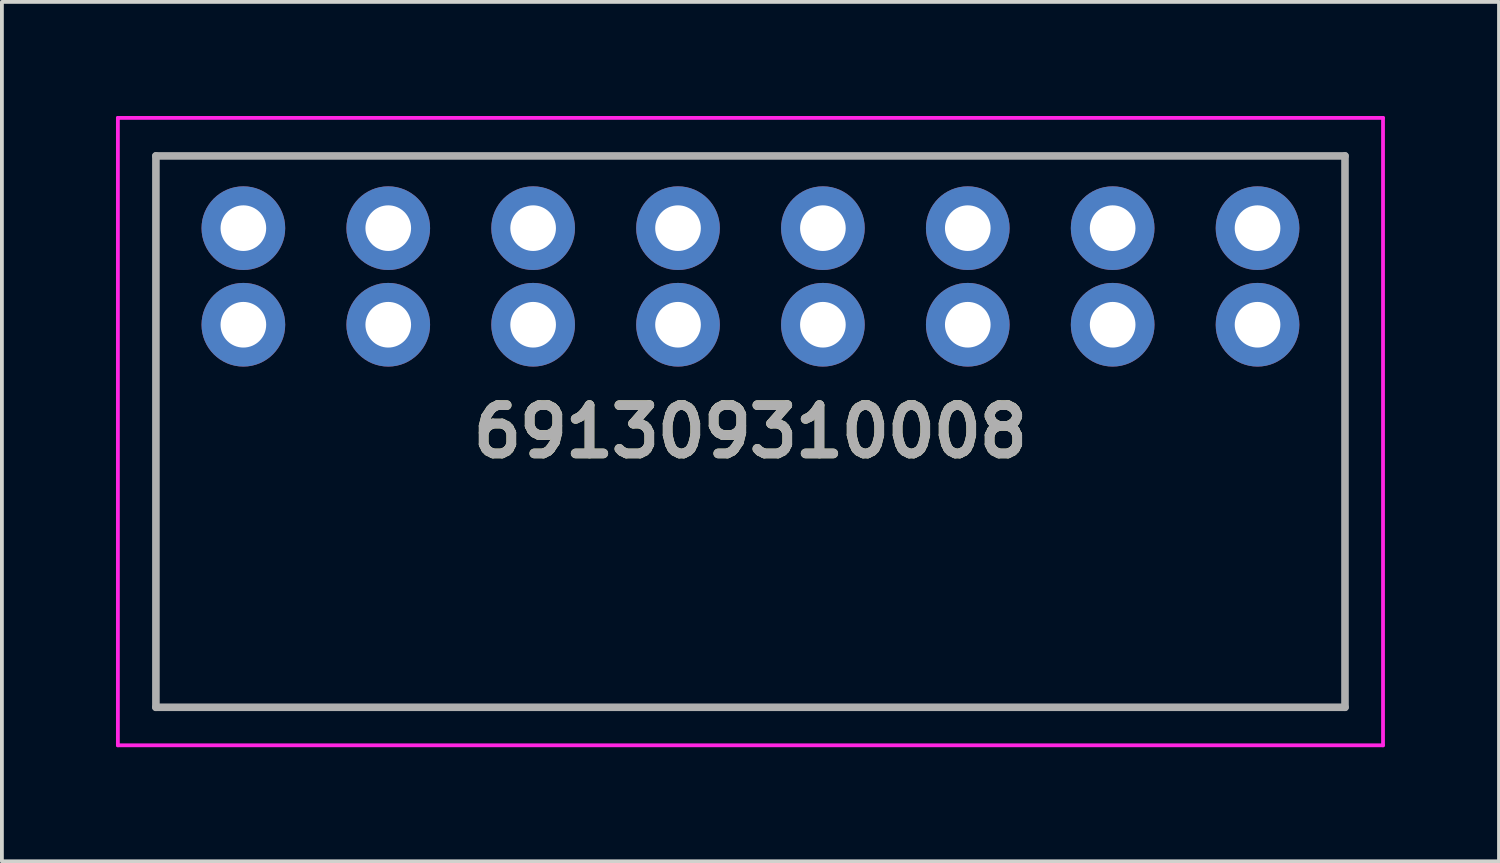
<source format=kicad_pcb>
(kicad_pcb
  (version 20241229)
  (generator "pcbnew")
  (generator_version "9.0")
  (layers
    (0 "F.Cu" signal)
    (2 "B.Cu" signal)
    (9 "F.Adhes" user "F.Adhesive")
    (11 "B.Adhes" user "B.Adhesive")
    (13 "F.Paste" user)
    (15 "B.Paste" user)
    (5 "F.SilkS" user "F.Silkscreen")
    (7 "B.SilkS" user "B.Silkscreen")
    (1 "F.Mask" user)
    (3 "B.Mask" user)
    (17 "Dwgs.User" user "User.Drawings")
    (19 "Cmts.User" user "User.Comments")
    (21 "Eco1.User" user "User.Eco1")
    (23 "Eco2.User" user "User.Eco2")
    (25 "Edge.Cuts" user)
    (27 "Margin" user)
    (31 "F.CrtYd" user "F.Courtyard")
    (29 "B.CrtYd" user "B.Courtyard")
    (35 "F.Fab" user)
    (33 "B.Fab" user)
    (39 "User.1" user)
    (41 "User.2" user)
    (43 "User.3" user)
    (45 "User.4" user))
  (footprint "691309310008"
    (layer "F.Cu")
    (at 3.35 5.49)
    (property "Reference" "691309310008" (at 13.335 2.81 0) (layer "F.SilkS") (effects (font (size 1.27 1.27) (thickness 0.254))))
    (attr through_hole)
    (fp_line (start -2.3 -4.44) (end 28.97 -4.44) (stroke (width 0.1) (type solid)) (layer "F.SilkS"))
    (fp_line (start -2.3 10.06) (end -2.3 -4.44) (stroke (width 0.1) (type solid)) (layer "F.SilkS"))
    (fp_line (start 28.97 -4.44) (end 28.97 10.06) (stroke (width 0.1) (type solid)) (layer "F.SilkS"))
    (fp_line (start 28.97 10.06) (end -2.3 10.06) (stroke (width 0.1) (type solid)) (layer "F.SilkS"))
    (fp_line (start -3.3 -5.44) (end 29.97 -5.44) (stroke (width 0.1) (type solid)) (layer "F.CrtYd"))
    (fp_line (start -3.3 11.06) (end -3.3 -5.44) (stroke (width 0.1) (type solid)) (layer "F.CrtYd"))
    (fp_line (start 29.97 -5.44) (end 29.97 11.06) (stroke (width 0.1) (type solid)) (layer "F.CrtYd"))
    (fp_line (start 29.97 11.06) (end -3.3 11.06) (stroke (width 0.1) (type solid)) (layer "F.CrtYd"))
    (fp_line (start -2.3 -4.44) (end 28.97 -4.44) (stroke (width 0.2) (type solid)) (layer "F.Fab"))
    (fp_line (start -2.3 10.06) (end -2.3 -4.44) (stroke (width 0.2) (type solid)) (layer "F.Fab"))
    (fp_line (start 28.97 -4.44) (end 28.97 10.06) (stroke (width 0.2) (type solid)) (layer "F.Fab"))
    (fp_line (start 28.97 10.06) (end -2.3 10.06) (stroke (width 0.2) (type solid)) (layer "F.Fab"))
    (fp_text user "${REFERENCE}" (at 13.335 2.81 0) (layer "F.Fab") (effects (font (size 1.27 1.27) (thickness 0.254))))
    (pad "1" thru_hole circle (at 0 0) (size 2.2 2.2) (drill 1.2) (layers "*.Cu" "*.Mask"))
    (pad "2" thru_hole circle (at 0 -2.54) (size 2.2 2.2) (drill 1.2) (layers "*.Cu" "*.Mask"))
    (pad "3" thru_hole circle (at 3.81 0) (size 2.2 2.2) (drill 1.2) (layers "*.Cu" "*.Mask"))
    (pad "4" thru_hole circle (at 3.81 -2.54) (size 2.2 2.2) (drill 1.2) (layers "*.Cu" "*.Mask"))
    (pad "5" thru_hole circle (at 7.62 0) (size 2.2 2.2) (drill 1.2) (layers "*.Cu" "*.Mask"))
    (pad "6" thru_hole circle (at 7.62 -2.54) (size 2.2 2.2) (drill 1.2) (layers "*.Cu" "*.Mask"))
    (pad "7" thru_hole circle (at 11.43 0) (size 2.2 2.2) (drill 1.2) (layers "*.Cu" "*.Mask"))
    (pad "8" thru_hole circle (at 11.43 -2.54) (size 2.2 2.2) (drill 1.2) (layers "*.Cu" "*.Mask"))
    (pad "9" thru_hole circle (at 15.24 0) (size 2.2 2.2) (drill 1.2) (layers "*.Cu" "*.Mask"))
    (pad "10" thru_hole circle (at 15.24 -2.54) (size 2.2 2.2) (drill 1.2) (layers "*.Cu" "*.Mask"))
    (pad "11" thru_hole circle (at 19.05 0) (size 2.2 2.2) (drill 1.2) (layers "*.Cu" "*.Mask"))
    (pad "12" thru_hole circle (at 19.05 -2.54) (size 2.2 2.2) (drill 1.2) (layers "*.Cu" "*.Mask"))
    (pad "13" thru_hole circle (at 22.86 0) (size 2.2 2.2) (drill 1.2) (layers "*.Cu" "*.Mask"))
    (pad "14" thru_hole circle (at 22.86 -2.54) (size 2.2 2.2) (drill 1.2) (layers "*.Cu" "*.Mask"))
    (pad "15" thru_hole circle (at 26.67 0) (size 2.2 2.2) (drill 1.2) (layers "*.Cu" "*.Mask"))
    (pad "16" thru_hole circle (at 26.67 -2.54) (size 2.2 2.2) (drill 1.2) (layers "*.Cu" "*.Mask")))
  (gr_rect
    (start -3 -3)
    (end 36.37 19.6)
    (stroke (width 0.1) (type default))
    (fill no)
    (layer "Edge.Cuts")))
</source>
